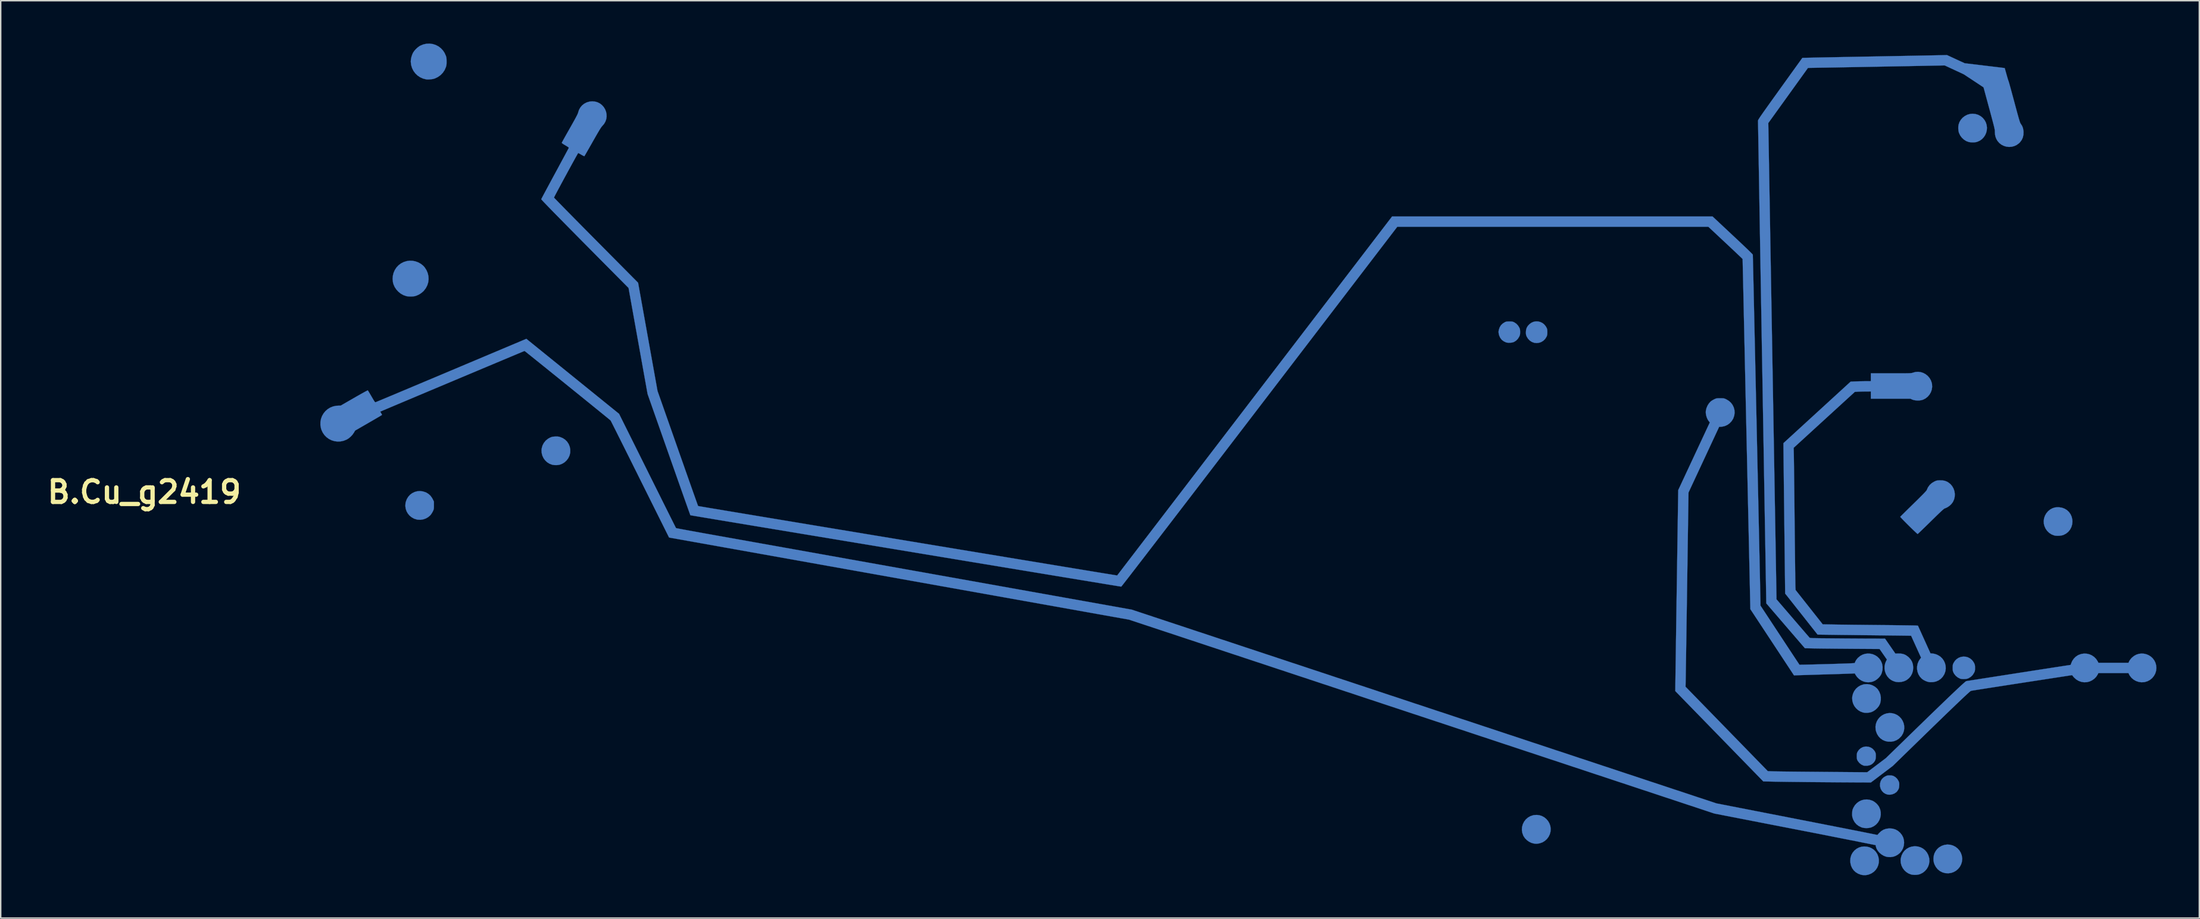
<source format=kicad_pcb>
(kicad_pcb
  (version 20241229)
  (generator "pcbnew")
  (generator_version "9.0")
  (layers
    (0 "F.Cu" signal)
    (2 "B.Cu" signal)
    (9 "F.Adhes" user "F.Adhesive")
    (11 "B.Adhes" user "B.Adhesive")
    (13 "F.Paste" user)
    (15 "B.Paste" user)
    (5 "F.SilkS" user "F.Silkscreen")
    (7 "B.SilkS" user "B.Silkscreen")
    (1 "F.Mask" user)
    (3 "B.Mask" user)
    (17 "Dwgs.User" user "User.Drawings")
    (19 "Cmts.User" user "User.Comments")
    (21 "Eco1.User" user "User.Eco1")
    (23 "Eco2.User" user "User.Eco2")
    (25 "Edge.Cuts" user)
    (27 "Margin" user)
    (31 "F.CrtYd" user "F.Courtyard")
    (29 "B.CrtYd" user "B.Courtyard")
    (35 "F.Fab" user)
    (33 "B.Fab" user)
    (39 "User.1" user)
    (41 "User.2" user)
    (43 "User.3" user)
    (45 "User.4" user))
  (footprint "B.Cu_g2419"
    (layer "F.Cu")
    (at 7.047 31.417)
    (property "Reference" "B.Cu_g2419" (at 0 0 0) (layer "F.SilkS") (effects (font (size 1.524 1.524) (thickness 0.3))))
    (attr through_hole)
    (fp_poly (pts (xy 120.534 24.835) (xy 120.713 24.879) (xy 120.881 24.954) (xy 121.034 25.059) (xy 121.166 25.194) (xy 121.271 25.357) (xy 121.276 25.367) (xy 121.348 25.557) (xy 121.381 25.751) (xy 121.378 25.944) (xy 121.338 26.13) (xy 121.265 26.305) (xy 121.16 26.463) (xy 121.024 26.6) (xy 120.86 26.709) (xy 120.832 26.724) (xy 120.642 26.799) (xy 120.457 26.834) (xy 120.27 26.83) (xy 120.121 26.801) (xy 119.929 26.73) (xy 119.76 26.626) (xy 119.619 26.493) (xy 119.507 26.335) (xy 119.428 26.155) (xy 119.385 25.958) (xy 119.377 25.832) (xy 119.395 25.622) (xy 119.45 25.431) (xy 119.544 25.258) (xy 119.667 25.11) (xy 119.819 24.986) (xy 119.987 24.897) (xy 120.165 24.843) (xy 120.349 24.823) (xy 120.534 24.835)) (stroke (width 0.01) (type solid)) (fill yes) (layer "B.Cu"))
    (fp_poly (pts (xy 122.305 15.489) (xy 122.497 15.538) (xy 122.669 15.62) (xy 122.818 15.731) (xy 122.943 15.864) (xy 123.041 16.017) (xy 123.111 16.184) (xy 123.151 16.36) (xy 123.159 16.542) (xy 123.134 16.723) (xy 123.073 16.901) (xy 122.975 17.069) (xy 122.941 17.112) (xy 122.796 17.26) (xy 122.628 17.373) (xy 122.443 17.448) (xy 122.244 17.485) (xy 122.033 17.483) (xy 122.015 17.481) (xy 121.818 17.437) (xy 121.639 17.356) (xy 121.482 17.243) (xy 121.351 17.101) (xy 121.248 16.933) (xy 121.178 16.742) (xy 121.154 16.63) (xy 121.144 16.433) (xy 121.172 16.245) (xy 121.234 16.069) (xy 121.327 15.909) (xy 121.447 15.768) (xy 121.59 15.651) (xy 121.753 15.561) (xy 121.931 15.502) (xy 122.121 15.477) (xy 122.305 15.489)) (stroke (width 0.01) (type solid)) (fill yes) (layer "B.Cu"))
    (fp_poly (pts (xy 124.115 24.827) (xy 124.304 24.885) (xy 124.475 24.976) (xy 124.624 25.1) (xy 124.746 25.251) (xy 124.839 25.427) (xy 124.898 25.625) (xy 124.907 25.675) (xy 124.917 25.871) (xy 124.888 26.061) (xy 124.823 26.241) (xy 124.726 26.405) (xy 124.599 26.549) (xy 124.448 26.667) (xy 124.274 26.754) (xy 124.174 26.786) (xy 124.029 26.81) (xy 123.869 26.815) (xy 123.714 26.801) (xy 123.637 26.785) (xy 123.455 26.715) (xy 123.293 26.611) (xy 123.154 26.479) (xy 123.043 26.324) (xy 122.961 26.152) (xy 122.913 25.966) (xy 122.902 25.774) (xy 122.914 25.659) (xy 122.968 25.458) (xy 123.056 25.278) (xy 123.174 25.122) (xy 123.319 24.994) (xy 123.487 24.897) (xy 123.674 24.834) (xy 123.876 24.808) (xy 123.91 24.807) (xy 124.115 24.827)) (stroke (width 0.01) (type solid)) (fill yes) (layer "B.Cu"))
    (fp_poly (pts (xy 120.75 13.478) (xy 120.935 13.539) (xy 121.103 13.633) (xy 121.248 13.754) (xy 121.302 13.817) (xy 121.409 13.985) (xy 121.481 14.171) (xy 121.518 14.37) (xy 121.517 14.572) (xy 121.479 14.771) (xy 121.456 14.84) (xy 121.382 14.985) (xy 121.274 15.123) (xy 121.143 15.247) (xy 120.995 15.347) (xy 120.842 15.416) (xy 120.841 15.416) (xy 120.7 15.448) (xy 120.544 15.463) (xy 120.392 15.459) (xy 120.282 15.441) (xy 120.093 15.372) (xy 119.925 15.27) (xy 119.781 15.14) (xy 119.664 14.987) (xy 119.578 14.814) (xy 119.526 14.628) (xy 119.512 14.432) (xy 119.523 14.305) (xy 119.574 14.109) (xy 119.661 13.931) (xy 119.779 13.775) (xy 119.926 13.644) (xy 120.095 13.544) (xy 120.285 13.478) (xy 120.364 13.462) (xy 120.558 13.451) (xy 120.75 13.478)) (stroke (width 0.01) (type solid)) (fill yes) (layer "B.Cu"))
    (fp_poly (pts (xy 133.996 1.064) (xy 134.199 1.097) (xy 134.384 1.166) (xy 134.547 1.267) (xy 134.685 1.398) (xy 134.795 1.554) (xy 134.874 1.732) (xy 134.917 1.928) (xy 134.926 2.064) (xy 134.906 2.27) (xy 134.848 2.462) (xy 134.756 2.635) (xy 134.631 2.786) (xy 134.477 2.91) (xy 134.297 3.004) (xy 134.288 3.007) (xy 134.171 3.039) (xy 134.03 3.059) (xy 133.881 3.064) (xy 133.741 3.055) (xy 133.649 3.037) (xy 133.463 2.964) (xy 133.297 2.856) (xy 133.157 2.719) (xy 133.044 2.556) (xy 132.964 2.372) (xy 132.926 2.213) (xy 132.916 2.017) (xy 132.944 1.826) (xy 133.008 1.646) (xy 133.103 1.481) (xy 133.226 1.336) (xy 133.374 1.216) (xy 133.544 1.127) (xy 133.705 1.078) (xy 133.794 1.067) (xy 133.902 1.062) (xy 133.996 1.064)) (stroke (width 0.01) (type solid)) (fill yes) (layer "B.Cu"))
    (fp_poly (pts (xy 126.364 24.701) (xy 126.364 24.701) (xy 126.559 24.755) (xy 126.736 24.843) (xy 126.89 24.961) (xy 127.019 25.106) (xy 127.117 25.273) (xy 127.183 25.458) (xy 127.211 25.655) (xy 127.212 25.696) (xy 127.192 25.896) (xy 127.135 26.081) (xy 127.046 26.248) (xy 126.928 26.395) (xy 126.785 26.518) (xy 126.622 26.612) (xy 126.443 26.676) (xy 126.251 26.704) (xy 126.051 26.695) (xy 126.026 26.691) (xy 125.83 26.637) (xy 125.653 26.546) (xy 125.5 26.423) (xy 125.374 26.269) (xy 125.277 26.088) (xy 125.232 25.961) (xy 125.204 25.808) (xy 125.202 25.639) (xy 125.223 25.47) (xy 125.267 25.318) (xy 125.282 25.284) (xy 125.363 25.135) (xy 125.456 25.014) (xy 125.57 24.908) (xy 125.607 24.88) (xy 125.778 24.78) (xy 125.967 24.715) (xy 126.164 24.688) (xy 126.364 24.701)) (stroke (width 0.01) (type solid)) (fill yes) (layer "B.Cu"))
    (fp_poly (pts (xy 97.537 -11.951) (xy 97.692 -11.912) (xy 97.838 -11.841) (xy 97.967 -11.738) (xy 98.075 -11.604) (xy 98.12 -11.524) (xy 98.15 -11.459) (xy 98.168 -11.402) (xy 98.177 -11.339) (xy 98.181 -11.256) (xy 98.181 -11.197) (xy 98.179 -11.095) (xy 98.172 -11.022) (xy 98.158 -10.962) (xy 98.134 -10.902) (xy 98.123 -10.878) (xy 98.028 -10.727) (xy 97.906 -10.606) (xy 97.762 -10.515) (xy 97.602 -10.458) (xy 97.433 -10.438) (xy 97.26 -10.457) (xy 97.255 -10.458) (xy 97.098 -10.516) (xy 96.956 -10.61) (xy 96.835 -10.734) (xy 96.743 -10.881) (xy 96.738 -10.89) (xy 96.708 -10.964) (xy 96.69 -11.031) (xy 96.682 -11.108) (xy 96.68 -11.197) (xy 96.694 -11.366) (xy 96.738 -11.511) (xy 96.817 -11.641) (xy 96.926 -11.758) (xy 97.066 -11.861) (xy 97.218 -11.927) (xy 97.377 -11.956) (xy 97.537 -11.951)) (stroke (width 0.01) (type solid)) (fill yes) (layer "B.Cu"))
    (fp_poly (pts (xy 97.632 22.637) (xy 97.811 22.697) (xy 97.973 22.787) (xy 98.115 22.905) (xy 98.235 23.046) (xy 98.327 23.208) (xy 98.389 23.385) (xy 98.416 23.576) (xy 98.405 23.774) (xy 98.354 23.968) (xy 98.268 24.145) (xy 98.151 24.301) (xy 98.007 24.432) (xy 97.841 24.533) (xy 97.656 24.599) (xy 97.578 24.615) (xy 97.481 24.629) (xy 97.405 24.634) (xy 97.33 24.63) (xy 97.236 24.617) (xy 97.221 24.614) (xy 97.055 24.567) (xy 96.892 24.485) (xy 96.742 24.374) (xy 96.613 24.242) (xy 96.515 24.095) (xy 96.499 24.063) (xy 96.429 23.868) (xy 96.399 23.671) (xy 96.409 23.477) (xy 96.411 23.469) (xy 96.465 23.267) (xy 96.554 23.087) (xy 96.674 22.93) (xy 96.823 22.8) (xy 96.995 22.701) (xy 97.188 22.637) (xy 97.243 22.626) (xy 97.442 22.613) (xy 97.632 22.637)) (stroke (width 0.01) (type solid)) (fill yes) (layer "B.Cu"))
    (fp_poly (pts (xy 128.14 -26.481) (xy 128.334 -26.422) (xy 128.511 -26.325) (xy 128.653 -26.206) (xy 128.778 -26.053) (xy 128.868 -25.887) (xy 128.922 -25.71) (xy 128.944 -25.529) (xy 128.933 -25.349) (xy 128.892 -25.173) (xy 128.821 -25.007) (xy 128.722 -24.856) (xy 128.597 -24.724) (xy 128.447 -24.616) (xy 128.272 -24.538) (xy 128.179 -24.511) (xy 128.073 -24.497) (xy 127.945 -24.493) (xy 127.812 -24.499) (xy 127.694 -24.515) (xy 127.657 -24.524) (xy 127.485 -24.591) (xy 127.325 -24.694) (xy 127.185 -24.826) (xy 127.071 -24.981) (xy 126.989 -25.154) (xy 126.977 -25.19) (xy 126.95 -25.313) (xy 126.938 -25.457) (xy 126.94 -25.603) (xy 126.958 -25.732) (xy 126.959 -25.736) (xy 127.022 -25.919) (xy 127.12 -26.083) (xy 127.248 -26.226) (xy 127.4 -26.343) (xy 127.572 -26.431) (xy 127.759 -26.484) (xy 127.932 -26.5) (xy 128.14 -26.481)) (stroke (width 0.01) (type solid)) (fill yes) (layer "B.Cu"))
    (fp_poly (pts (xy 122.14 19.845) (xy 122.254 19.85) (xy 122.342 19.866) (xy 122.411 19.891) (xy 122.547 19.974) (xy 122.663 20.089) (xy 122.75 20.226) (xy 122.756 20.238) (xy 122.785 20.308) (xy 122.801 20.366) (xy 122.808 20.43) (xy 122.807 20.514) (xy 122.805 20.55) (xy 122.798 20.652) (xy 122.785 20.727) (xy 122.762 20.792) (xy 122.735 20.845) (xy 122.687 20.921) (xy 122.631 20.991) (xy 122.599 21.023) (xy 122.473 21.109) (xy 122.325 21.168) (xy 122.17 21.197) (xy 122.018 21.193) (xy 121.991 21.188) (xy 121.838 21.135) (xy 121.704 21.049) (xy 121.595 20.934) (xy 121.514 20.796) (xy 121.468 20.64) (xy 121.459 20.572) (xy 121.466 20.399) (xy 121.51 20.242) (xy 121.591 20.105) (xy 121.707 19.991) (xy 121.823 19.918) (xy 121.903 19.88) (xy 121.966 19.857) (xy 122.032 19.847) (xy 122.117 19.845) (xy 122.14 19.845)) (stroke (width 0.01) (type solid)) (fill yes) (layer "B.Cu"))
    (fp_poly (pts (xy 18.762 -16.201) (xy 18.973 -16.16) (xy 19.175 -16.086) (xy 19.361 -15.981) (xy 19.523 -15.848) (xy 19.619 -15.741) (xy 19.745 -15.545) (xy 19.833 -15.338) (xy 19.883 -15.123) (xy 19.895 -14.907) (xy 19.869 -14.692) (xy 19.805 -14.485) (xy 19.704 -14.288) (xy 19.566 -14.106) (xy 19.524 -14.062) (xy 19.375 -13.935) (xy 19.205 -13.829) (xy 19.026 -13.751) (xy 18.906 -13.718) (xy 18.792 -13.703) (xy 18.657 -13.697) (xy 18.517 -13.701) (xy 18.392 -13.714) (xy 18.335 -13.726) (xy 18.137 -13.794) (xy 17.952 -13.897) (xy 17.784 -14.03) (xy 17.639 -14.188) (xy 17.522 -14.364) (xy 17.438 -14.554) (xy 17.4 -14.699) (xy 17.378 -14.931) (xy 17.395 -15.154) (xy 17.448 -15.365) (xy 17.534 -15.56) (xy 17.651 -15.737) (xy 17.796 -15.89) (xy 17.967 -16.018) (xy 18.16 -16.116) (xy 18.372 -16.18) (xy 18.549 -16.205) (xy 18.762 -16.201)) (stroke (width 0.01) (type solid)) (fill yes) (layer "B.Cu"))
    (fp_poly (pts (xy 28.943 -3.889) (xy 29.021 -3.876) (xy 29.099 -3.855) (xy 29.287 -3.777) (xy 29.451 -3.667) (xy 29.587 -3.53) (xy 29.694 -3.369) (xy 29.768 -3.189) (xy 29.807 -2.994) (xy 29.807 -2.79) (xy 29.802 -2.741) (xy 29.755 -2.554) (xy 29.672 -2.38) (xy 29.557 -2.224) (xy 29.416 -2.091) (xy 29.252 -1.988) (xy 29.072 -1.919) (xy 29.024 -1.907) (xy 28.868 -1.888) (xy 28.703 -1.89) (xy 28.551 -1.913) (xy 28.535 -1.917) (xy 28.351 -1.988) (xy 28.187 -2.092) (xy 28.048 -2.224) (xy 27.937 -2.379) (xy 27.855 -2.553) (xy 27.808 -2.74) (xy 27.797 -2.936) (xy 27.811 -3.067) (xy 27.867 -3.265) (xy 27.96 -3.443) (xy 28.086 -3.599) (xy 28.242 -3.728) (xy 28.375 -3.803) (xy 28.459 -3.841) (xy 28.528 -3.865) (xy 28.6 -3.879) (xy 28.691 -3.887) (xy 28.744 -3.89) (xy 28.856 -3.893) (xy 28.943 -3.889)) (stroke (width 0.01) (type solid)) (fill yes) (layer "B.Cu"))
    (fp_poly (pts (xy 19.487 -0.048) (xy 19.682 0.013) (xy 19.723 0.031) (xy 19.891 0.133) (xy 20.032 0.264) (xy 20.148 0.429) (xy 20.184 0.497) (xy 20.267 0.665) (xy 20.267 0.93) (xy 20.267 1.041) (xy 20.264 1.122) (xy 20.257 1.182) (xy 20.244 1.233) (xy 20.223 1.287) (xy 20.191 1.354) (xy 20.191 1.355) (xy 20.14 1.448) (xy 20.08 1.541) (xy 20.021 1.616) (xy 20.019 1.619) (xy 19.874 1.748) (xy 19.705 1.847) (xy 19.52 1.912) (xy 19.327 1.942) (xy 19.133 1.934) (xy 19.082 1.925) (xy 18.888 1.866) (xy 18.716 1.773) (xy 18.567 1.651) (xy 18.445 1.506) (xy 18.352 1.341) (xy 18.292 1.161) (xy 18.267 0.97) (xy 18.281 0.774) (xy 18.299 0.689) (xy 18.37 0.497) (xy 18.471 0.329) (xy 18.6 0.187) (xy 18.751 0.075) (xy 18.92 -0.007) (xy 19.102 -0.057) (xy 19.292 -0.071) (xy 19.487 -0.048)) (stroke (width 0.01) (type solid)) (fill yes) (layer "B.Cu"))
    (fp_poly (pts (xy 120.669 17.843) (xy 120.823 17.901) (xy 120.958 17.994) (xy 121.068 18.119) (xy 121.111 18.19) (xy 121.139 18.248) (xy 121.156 18.301) (xy 121.165 18.363) (xy 121.168 18.448) (xy 121.168 18.5) (xy 121.162 18.637) (xy 121.139 18.747) (xy 121.096 18.842) (xy 121.026 18.934) (xy 120.992 18.972) (xy 120.877 19.07) (xy 120.748 19.133) (xy 120.598 19.165) (xy 120.534 19.169) (xy 120.446 19.17) (xy 120.369 19.167) (xy 120.317 19.16) (xy 120.311 19.158) (xy 120.154 19.085) (xy 120.019 18.978) (xy 119.911 18.842) (xy 119.885 18.796) (xy 119.86 18.742) (xy 119.845 18.688) (xy 119.838 18.619) (xy 119.835 18.524) (xy 119.835 18.5) (xy 119.837 18.4) (xy 119.843 18.328) (xy 119.855 18.273) (xy 119.878 18.219) (xy 119.892 18.19) (xy 119.988 18.051) (xy 120.112 17.942) (xy 120.257 17.866) (xy 120.419 17.827) (xy 120.502 17.822) (xy 120.669 17.843)) (stroke (width 0.01) (type solid)) (fill yes) (layer "B.Cu"))
    (fp_poly (pts (xy 120.736 21.555) (xy 120.928 21.618) (xy 120.965 21.635) (xy 121.089 21.712) (xy 121.212 21.816) (xy 121.319 21.934) (xy 121.395 22.047) (xy 121.473 22.232) (xy 121.511 22.422) (xy 121.514 22.612) (xy 121.481 22.798) (xy 121.416 22.973) (xy 121.321 23.134) (xy 121.197 23.276) (xy 121.046 23.392) (xy 120.871 23.479) (xy 120.817 23.497) (xy 120.671 23.528) (xy 120.508 23.538) (xy 120.345 23.527) (xy 120.199 23.496) (xy 120.168 23.486) (xy 119.977 23.394) (xy 119.816 23.273) (xy 119.686 23.124) (xy 119.588 22.947) (xy 119.546 22.831) (xy 119.524 22.748) (xy 119.512 22.67) (xy 119.508 22.581) (xy 119.512 22.479) (xy 119.518 22.374) (xy 119.529 22.295) (xy 119.548 22.227) (xy 119.579 22.151) (xy 119.598 22.109) (xy 119.703 21.935) (xy 119.836 21.79) (xy 119.991 21.675) (xy 120.163 21.592) (xy 120.348 21.543) (xy 120.541 21.53) (xy 120.736 21.555)) (stroke (width 0.01) (type solid)) (fill yes) (layer "B.Cu"))
    (fp_poly (pts (xy 95.629 -11.948) (xy 95.703 -11.943) (xy 95.759 -11.933) (xy 95.811 -11.915) (xy 95.87 -11.886) (xy 96.013 -11.791) (xy 96.133 -11.663) (xy 96.22 -11.518) (xy 96.249 -11.45) (xy 96.266 -11.388) (xy 96.274 -11.314) (xy 96.277 -11.215) (xy 96.277 -11.207) (xy 96.275 -11.11) (xy 96.268 -11.039) (xy 96.253 -10.979) (xy 96.226 -10.914) (xy 96.207 -10.875) (xy 96.117 -10.733) (xy 96.001 -10.614) (xy 95.868 -10.526) (xy 95.809 -10.5) (xy 95.705 -10.473) (xy 95.581 -10.459) (xy 95.455 -10.458) (xy 95.342 -10.472) (xy 95.289 -10.486) (xy 95.122 -10.566) (xy 94.985 -10.674) (xy 94.881 -10.81) (xy 94.809 -10.973) (xy 94.779 -11.099) (xy 94.767 -11.187) (xy 94.769 -11.263) (xy 94.784 -11.349) (xy 94.791 -11.378) (xy 94.85 -11.547) (xy 94.937 -11.688) (xy 95.057 -11.804) (xy 95.195 -11.892) (xy 95.249 -11.918) (xy 95.298 -11.934) (xy 95.355 -11.944) (xy 95.432 -11.948) (xy 95.525 -11.949) (xy 95.629 -11.948)) (stroke (width 0.01) (type solid)) (fill yes) (layer "B.Cu"))
    (fp_poly (pts (xy 127.439 11.53) (xy 127.599 11.57) (xy 127.751 11.646) (xy 127.889 11.757) (xy 127.893 11.762) (xy 127.958 11.84) (xy 128.02 11.932) (xy 128.052 11.991) (xy 128.081 12.059) (xy 128.098 12.12) (xy 128.108 12.188) (xy 128.111 12.279) (xy 128.111 12.319) (xy 128.11 12.418) (xy 128.104 12.49) (xy 128.091 12.548) (xy 128.067 12.609) (xy 128.042 12.661) (xy 127.943 12.815) (xy 127.813 12.942) (xy 127.66 13.035) (xy 127.586 13.065) (xy 127.513 13.084) (xy 127.425 13.093) (xy 127.349 13.097) (xy 127.223 13.096) (xy 127.126 13.085) (xy 127.081 13.074) (xy 126.909 12.989) (xy 126.764 12.873) (xy 126.649 12.729) (xy 126.601 12.639) (xy 126.574 12.577) (xy 126.558 12.52) (xy 126.549 12.454) (xy 126.546 12.367) (xy 126.546 12.308) (xy 126.547 12.205) (xy 126.553 12.131) (xy 126.565 12.072) (xy 126.587 12.015) (xy 126.605 11.975) (xy 126.7 11.824) (xy 126.82 11.702) (xy 126.96 11.611) (xy 127.113 11.551) (xy 127.275 11.524) (xy 127.439 11.53)) (stroke (width 0.01) (type solid)) (fill yes) (layer "B.Cu"))
    (fp_poly (pts (xy 20.183 -31.383) (xy 20.392 -31.318) (xy 20.588 -31.216) (xy 20.761 -31.081) (xy 20.899 -30.933) (xy 21.008 -30.769) (xy 21.096 -30.577) (xy 21.099 -30.57) (xy 21.123 -30.5) (xy 21.139 -30.435) (xy 21.148 -30.362) (xy 21.153 -30.269) (xy 21.154 -30.173) (xy 21.154 -30.053) (xy 21.149 -29.961) (xy 21.138 -29.886) (xy 21.12 -29.812) (xy 21.105 -29.764) (xy 21.016 -29.558) (xy 20.892 -29.373) (xy 20.738 -29.212) (xy 20.557 -29.08) (xy 20.355 -28.98) (xy 20.257 -28.947) (xy 20.169 -28.928) (xy 20.058 -28.913) (xy 19.94 -28.903) (xy 19.83 -28.9) (xy 19.744 -28.905) (xy 19.738 -28.906) (xy 19.515 -28.961) (xy 19.31 -29.051) (xy 19.127 -29.173) (xy 18.969 -29.324) (xy 18.838 -29.499) (xy 18.74 -29.695) (xy 18.675 -29.908) (xy 18.648 -30.134) (xy 18.648 -30.174) (xy 18.66 -30.318) (xy 18.694 -30.479) (xy 18.745 -30.637) (xy 18.801 -30.762) (xy 18.883 -30.888) (xy 18.994 -31.016) (xy 19.12 -31.134) (xy 19.252 -31.232) (xy 19.317 -31.269) (xy 19.527 -31.355) (xy 19.745 -31.403) (xy 19.966 -31.412) (xy 20.183 -31.383)) (stroke (width 0.01) (type solid)) (fill yes) (layer "B.Cu"))
    (fp_poly (pts (xy 125.828 -0.818) (xy 125.987 -0.791) (xy 126.131 -0.737) (xy 126.238 -0.677) (xy 126.392 -0.555) (xy 126.515 -0.408) (xy 126.608 -0.24) (xy 126.669 -0.059) (xy 126.696 0.13) (xy 126.688 0.322) (xy 126.645 0.51) (xy 126.564 0.689) (xy 126.545 0.719) (xy 126.45 0.842) (xy 126.33 0.956) (xy 126.195 1.051) (xy 126.059 1.12) (xy 126 1.139) (xy 125.977 1.149) (xy 125.947 1.169) (xy 125.905 1.201) (xy 125.85 1.248) (xy 125.779 1.311) (xy 125.691 1.393) (xy 125.583 1.496) (xy 125.453 1.621) (xy 125.299 1.772) (xy 125.118 1.949) (xy 125.019 2.046) (xy 124.857 2.206) (xy 124.703 2.356) (xy 124.56 2.495) (xy 124.432 2.619) (xy 124.32 2.727) (xy 124.227 2.815) (xy 124.157 2.881) (xy 124.111 2.922) (xy 124.093 2.937) (xy 124.073 2.923) (xy 124.027 2.883) (xy 123.957 2.819) (xy 123.867 2.735) (xy 123.761 2.633) (xy 123.642 2.517) (xy 123.513 2.39) (xy 123.469 2.347) (xy 123.339 2.217) (xy 123.218 2.095) (xy 123.111 1.986) (xy 123.02 1.892) (xy 122.949 1.817) (xy 122.9 1.764) (xy 122.878 1.737) (xy 122.877 1.734) (xy 122.893 1.716) (xy 122.936 1.671) (xy 123.005 1.602) (xy 123.096 1.512) (xy 123.206 1.402) (xy 123.334 1.276) (xy 123.476 1.136) (xy 123.63 0.985) (xy 123.793 0.825) (xy 124.011 0.612) (xy 124.199 0.426) (xy 124.357 0.268) (xy 124.486 0.137) (xy 124.587 0.032) (xy 124.66 -0.047) (xy 124.706 -0.102) (xy 124.727 -0.133) (xy 124.727 -0.134) (xy 124.815 -0.327) (xy 124.933 -0.492) (xy 125.083 -0.629) (xy 125.253 -0.732) (xy 125.332 -0.769) (xy 125.394 -0.794) (xy 125.455 -0.809) (xy 125.528 -0.817) (xy 125.627 -0.822) (xy 125.644 -0.822) (xy 125.828 -0.818)) (stroke (width 0.01) (type solid)) (fill yes) (layer "B.Cu"))
    (fp_poly (pts (xy 124.321 -8.399) (xy 124.497 -8.34) (xy 124.659 -8.25) (xy 124.804 -8.132) (xy 124.926 -7.989) (xy 125.021 -7.824) (xy 125.085 -7.638) (xy 125.1 -7.558) (xy 125.11 -7.364) (xy 125.082 -7.174) (xy 125.019 -6.994) (xy 124.924 -6.829) (xy 124.801 -6.684) (xy 124.654 -6.565) (xy 124.485 -6.477) (xy 124.389 -6.445) (xy 124.245 -6.419) (xy 124.088 -6.413) (xy 123.932 -6.425) (xy 123.79 -6.454) (xy 123.711 -6.483) (xy 123.587 -6.54) (xy 120.819 -6.54) (xy 120.819 -7.048) (xy 120.454 -7.046) (xy 120.316 -7.044) (xy 120.175 -7.041) (xy 120.044 -7.037) (xy 119.937 -7.033) (xy 119.893 -7.03) (xy 119.698 -7.017) (xy 117.558 -5.059) (xy 115.419 -3.101) (xy 115.431 -2.561) (xy 115.432 -2.485) (xy 115.434 -2.37) (xy 115.436 -2.216) (xy 115.439 -2.028) (xy 115.442 -1.806) (xy 115.445 -1.554) (xy 115.448 -1.274) (xy 115.452 -0.968) (xy 115.456 -0.638) (xy 115.46 -0.288) (xy 115.464 0.081) (xy 115.468 0.467) (xy 115.472 0.866) (xy 115.477 1.278) (xy 115.481 1.698) (xy 115.485 2.125) (xy 115.486 2.201) (xy 115.491 2.624) (xy 115.495 3.038) (xy 115.499 3.44) (xy 115.504 3.828) (xy 115.508 4.2) (xy 115.512 4.555) (xy 115.516 4.889) (xy 115.52 5.2) (xy 115.523 5.488) (xy 115.527 5.748) (xy 115.53 5.98) (xy 115.533 6.181) (xy 115.535 6.349) (xy 115.537 6.482) (xy 115.539 6.577) (xy 115.541 6.633) (xy 115.541 6.642) (xy 115.553 6.86) (xy 117.452 9.265) (xy 118.252 9.278) (xy 118.384 9.28) (xy 118.554 9.283) (xy 118.758 9.285) (xy 118.993 9.288) (xy 119.254 9.291) (xy 119.538 9.295) (xy 119.839 9.298) (xy 120.155 9.301) (xy 120.481 9.305) (xy 120.814 9.308) (xy 121.148 9.311) (xy 121.433 9.314) (xy 121.75 9.317) (xy 122.058 9.32) (xy 122.353 9.323) (xy 122.632 9.327) (xy 122.893 9.33) (xy 123.132 9.333) (xy 123.348 9.336) (xy 123.536 9.338) (xy 123.694 9.341) (xy 123.819 9.343) (xy 123.908 9.345) (xy 123.959 9.347) (xy 123.965 9.347) (xy 124.115 9.359) (xy 124.555 10.331) (xy 124.995 11.303) (xy 125.063 11.303) (xy 125.216 11.319) (xy 125.38 11.364) (xy 125.509 11.419) (xy 125.677 11.523) (xy 125.817 11.656) (xy 125.927 11.811) (xy 126.006 11.984) (xy 126.052 12.168) (xy 126.062 12.359) (xy 126.036 12.55) (xy 125.971 12.737) (xy 125.963 12.755) (xy 125.855 12.93) (xy 125.719 13.076) (xy 125.56 13.189) (xy 125.379 13.268) (xy 125.182 13.311) (xy 124.971 13.317) (xy 124.907 13.311) (xy 124.778 13.282) (xy 124.637 13.229) (xy 124.502 13.158) (xy 124.389 13.078) (xy 124.383 13.073) (xy 124.251 12.932) (xy 124.152 12.768) (xy 124.086 12.59) (xy 124.053 12.401) (xy 124.056 12.21) (xy 124.093 12.021) (xy 124.165 11.842) (xy 124.256 11.7) (xy 124.333 11.599) (xy 123.985 10.832) (xy 123.637 10.065) (xy 123.429 10.06) (xy 123.378 10.059) (xy 123.287 10.058) (xy 123.161 10.056) (xy 123.003 10.054) (xy 122.815 10.052) (xy 122.603 10.049) (xy 122.368 10.047) (xy 122.115 10.044) (xy 121.846 10.041) (xy 121.565 10.037) (xy 121.276 10.034) (xy 121.264 10.034) (xy 120.947 10.03) (xy 120.62 10.027) (xy 120.287 10.023) (xy 119.955 10.019) (xy 119.628 10.015) (xy 119.313 10.011) (xy 119.015 10.008) (xy 118.741 10.005) (xy 118.494 10.002) (xy 118.282 9.999) (xy 118.199 9.998) (xy 117.093 9.984) (xy 116.031 8.638) (xy 115.865 8.427) (xy 115.704 8.224) (xy 115.552 8.032) (xy 115.411 7.852) (xy 115.282 7.689) (xy 115.168 7.545) (xy 115.071 7.422) (xy 114.993 7.323) (xy 114.936 7.251) (xy 114.902 7.209) (xy 114.896 7.201) (xy 114.823 7.11) (xy 114.763 2.058) (xy 114.758 1.595) (xy 114.753 1.142) (xy 114.747 0.701) (xy 114.742 0.273) (xy 114.738 -0.139) (xy 114.733 -0.534) (xy 114.729 -0.91) (xy 114.725 -1.264) (xy 114.721 -1.596) (xy 114.717 -1.902) (xy 114.714 -2.181) (xy 114.711 -2.431) (xy 114.709 -2.65) (xy 114.707 -2.836) (xy 114.705 -2.988) (xy 114.704 -3.102) (xy 114.703 -3.178) (xy 114.703 -3.211) (xy 114.702 -3.427) (xy 117.054 -5.582) (xy 119.405 -7.736) (xy 119.726 -7.749) (xy 119.863 -7.754) (xy 120.025 -7.759) (xy 120.197 -7.762) (xy 120.361 -7.765) (xy 120.433 -7.765) (xy 120.819 -7.768) (xy 120.819 -8.319) (xy 122.232 -8.318) (xy 122.511 -8.318) (xy 122.752 -8.318) (xy 122.956 -8.319) (xy 123.128 -8.319) (xy 123.27 -8.32) (xy 123.386 -8.322) (xy 123.48 -8.324) (xy 123.553 -8.327) (xy 123.611 -8.331) (xy 123.655 -8.335) (xy 123.689 -8.341) (xy 123.717 -8.347) (xy 123.741 -8.355) (xy 123.761 -8.362) (xy 123.948 -8.413) (xy 124.136 -8.424) (xy 124.321 -8.399)) (stroke (width 0.01) (type solid)) (fill yes) (layer "B.Cu"))
    (fp_poly (pts (xy 110.389 -6.572) (xy 110.469 -6.569) (xy 110.529 -6.562) (xy 110.581 -6.549) (xy 110.636 -6.527) (xy 110.705 -6.495) (xy 110.709 -6.493) (xy 110.884 -6.387) (xy 111.03 -6.255) (xy 111.145 -6.1) (xy 111.227 -5.927) (xy 111.275 -5.743) (xy 111.287 -5.551) (xy 111.261 -5.357) (xy 111.195 -5.165) (xy 111.177 -5.126) (xy 111.069 -4.958) (xy 110.932 -4.815) (xy 110.772 -4.702) (xy 110.593 -4.622) (xy 110.401 -4.579) (xy 110.299 -4.572) (xy 110.204 -4.571) (xy 109.132 -2.269) (xy 108.06 0.032) (xy 107.963 6.54) (xy 107.955 7.066) (xy 107.948 7.582) (xy 107.94 8.088) (xy 107.933 8.58) (xy 107.925 9.059) (xy 107.918 9.521) (xy 107.912 9.965) (xy 107.905 10.389) (xy 107.899 10.793) (xy 107.893 11.173) (xy 107.888 11.528) (xy 107.883 11.857) (xy 107.878 12.158) (xy 107.874 12.429) (xy 107.87 12.669) (xy 107.867 12.875) (xy 107.864 13.046) (xy 107.862 13.181) (xy 107.86 13.277) (xy 107.859 13.333) (xy 107.859 13.341) (xy 107.852 13.633) (xy 110.73 16.59) (xy 113.608 19.547) (xy 113.97 19.561) (xy 114.033 19.563) (xy 114.137 19.565) (xy 114.277 19.568) (xy 114.451 19.57) (xy 114.657 19.573) (xy 114.892 19.576) (xy 115.152 19.579) (xy 115.436 19.582) (xy 115.741 19.585) (xy 116.064 19.588) (xy 116.402 19.591) (xy 116.752 19.594) (xy 117.112 19.597) (xy 117.448 19.6) (xy 120.563 19.625) (xy 121.871 18.636) (xy 124.155 16.412) (xy 124.569 16.01) (xy 124.953 15.636) (xy 125.309 15.292) (xy 125.636 14.976) (xy 125.934 14.688) (xy 126.206 14.427) (xy 126.449 14.194) (xy 126.667 13.988) (xy 126.857 13.808) (xy 127.023 13.653) (xy 127.162 13.524) (xy 127.277 13.42) (xy 127.368 13.34) (xy 127.435 13.285) (xy 127.478 13.253) (xy 127.493 13.244) (xy 127.517 13.24) (xy 127.58 13.23) (xy 127.679 13.214) (xy 127.812 13.192) (xy 127.977 13.166) (xy 128.171 13.136) (xy 128.391 13.101) (xy 128.634 13.063) (xy 128.899 13.022) (xy 129.182 12.977) (xy 129.481 12.931) (xy 129.792 12.882) (xy 130.115 12.832) (xy 130.446 12.78) (xy 130.782 12.728) (xy 131.12 12.675) (xy 131.459 12.622) (xy 131.796 12.57) (xy 132.128 12.518) (xy 132.452 12.468) (xy 132.765 12.419) (xy 133.066 12.373) (xy 133.352 12.329) (xy 133.619 12.287) (xy 133.866 12.249) (xy 134.09 12.215) (xy 134.288 12.184) (xy 134.457 12.158) (xy 134.596 12.137) (xy 134.7 12.122) (xy 134.769 12.111) (xy 134.799 12.107) (xy 134.8 12.107) (xy 134.808 12.089) (xy 134.823 12.043) (xy 134.831 12.017) (xy 134.905 11.839) (xy 135.014 11.677) (xy 135.15 11.538) (xy 135.309 11.43) (xy 135.347 11.411) (xy 135.537 11.342) (xy 135.732 11.312) (xy 135.925 11.32) (xy 136.113 11.363) (xy 136.288 11.441) (xy 136.447 11.551) (xy 136.584 11.691) (xy 136.678 11.832) (xy 136.747 11.959) (xy 137.797 11.959) (xy 138.846 11.959) (xy 138.897 11.848) (xy 138.939 11.776) (xy 139.002 11.693) (xy 139.073 11.613) (xy 139.078 11.607) (xy 139.233 11.479) (xy 139.399 11.387) (xy 139.574 11.332) (xy 139.751 11.31) (xy 139.928 11.32) (xy 140.1 11.36) (xy 140.263 11.428) (xy 140.412 11.523) (xy 140.542 11.643) (xy 140.651 11.786) (xy 140.733 11.95) (xy 140.784 12.134) (xy 140.8 12.322) (xy 140.78 12.522) (xy 140.722 12.709) (xy 140.629 12.879) (xy 140.507 13.029) (xy 140.358 13.152) (xy 140.186 13.246) (xy 139.995 13.305) (xy 139.942 13.315) (xy 139.748 13.324) (xy 139.556 13.295) (xy 139.374 13.232) (xy 139.206 13.137) (xy 139.061 13.014) (xy 138.943 12.866) (xy 138.906 12.801) (xy 138.843 12.679) (xy 137.792 12.679) (xy 136.742 12.679) (xy 136.683 12.795) (xy 136.585 12.944) (xy 136.455 13.076) (xy 136.299 13.185) (xy 136.127 13.267) (xy 135.946 13.314) (xy 135.942 13.315) (xy 135.741 13.324) (xy 135.545 13.293) (xy 135.358 13.225) (xy 135.185 13.121) (xy 135.033 12.984) (xy 134.957 12.893) (xy 134.904 12.822) (xy 131.381 13.365) (xy 131 13.424) (xy 130.63 13.481) (xy 130.273 13.537) (xy 129.931 13.59) (xy 129.608 13.64) (xy 129.304 13.687) (xy 129.022 13.731) (xy 128.764 13.772) (xy 128.533 13.808) (xy 128.33 13.84) (xy 128.158 13.868) (xy 128.019 13.89) (xy 127.915 13.907) (xy 127.849 13.918) (xy 127.822 13.923) (xy 127.822 13.923) (xy 127.79 13.945) (xy 127.73 13.995) (xy 127.641 14.074) (xy 127.522 14.182) (xy 127.375 14.319) (xy 127.198 14.486) (xy 126.993 14.681) (xy 126.757 14.906) (xy 126.493 15.16) (xy 126.198 15.443) (xy 125.874 15.756) (xy 125.521 16.099) (xy 125.137 16.471) (xy 124.724 16.873) (xy 124.576 17.017) (xy 122.354 19.182) (xy 121.588 19.762) (xy 120.822 20.341) (xy 119.842 20.338) (xy 119.672 20.337) (xy 119.465 20.336) (xy 119.225 20.334) (xy 118.959 20.333) (xy 118.67 20.331) (xy 118.364 20.329) (xy 118.046 20.326) (xy 117.72 20.324) (xy 117.393 20.321) (xy 117.068 20.319) (xy 116.808 20.316) (xy 116.497 20.314) (xy 116.185 20.311) (xy 115.875 20.307) (xy 115.572 20.304) (xy 115.281 20.301) (xy 115.005 20.298) (xy 114.75 20.294) (xy 114.52 20.291) (xy 114.319 20.288) (xy 114.151 20.285) (xy 114.024 20.283) (xy 113.293 20.267) (xy 107.135 13.94) (xy 107.14 13.442) (xy 107.141 13.38) (xy 107.142 13.278) (xy 107.144 13.138) (xy 107.147 12.96) (xy 107.15 12.747) (xy 107.153 12.5) (xy 107.157 12.222) (xy 107.162 11.914) (xy 107.167 11.578) (xy 107.172 11.216) (xy 107.178 10.829) (xy 107.183 10.419) (xy 107.19 9.989) (xy 107.196 9.539) (xy 107.203 9.072) (xy 107.21 8.589) (xy 107.218 8.092) (xy 107.225 7.583) (xy 107.233 7.064) (xy 107.241 6.537) (xy 107.243 6.403) (xy 107.34 -0.138) (xy 109.552 -4.879) (xy 109.489 -4.952) (xy 109.407 -5.072) (xy 109.34 -5.22) (xy 109.292 -5.382) (xy 109.268 -5.543) (xy 109.271 -5.681) (xy 109.313 -5.87) (xy 109.386 -6.049) (xy 109.487 -6.21) (xy 109.609 -6.342) (xy 109.638 -6.367) (xy 109.702 -6.411) (xy 109.787 -6.461) (xy 109.869 -6.504) (xy 109.932 -6.532) (xy 109.983 -6.552) (xy 110.035 -6.563) (xy 110.099 -6.57) (xy 110.184 -6.572) (xy 110.278 -6.572) (xy 110.389 -6.572)) (stroke (width 0.01) (type solid)) (fill yes) (layer "B.Cu"))
    (fp_poly (pts (xy 126.766 -30.323) (xy 127.384 -30.037) (xy 128.721 -29.877) (xy 128.956 -29.849) (xy 129.18 -29.822) (xy 129.389 -29.797) (xy 129.58 -29.774) (xy 129.748 -29.754) (xy 129.889 -29.737) (xy 130.001 -29.723) (xy 130.079 -29.713) (xy 130.12 -29.708) (xy 130.123 -29.707) (xy 130.188 -29.696) (xy 130.311 -29.257) (xy 130.348 -29.127) (xy 130.382 -29.01) (xy 130.411 -28.912) (xy 130.434 -28.84) (xy 130.449 -28.801) (xy 130.451 -28.796) (xy 130.46 -28.772) (xy 130.478 -28.711) (xy 130.506 -28.616) (xy 130.541 -28.489) (xy 130.584 -28.335) (xy 130.633 -28.157) (xy 130.687 -27.957) (xy 130.746 -27.74) (xy 130.809 -27.509) (xy 130.858 -27.325) (xy 130.933 -27.045) (xy 130.998 -26.804) (xy 131.054 -26.597) (xy 131.102 -26.422) (xy 131.143 -26.276) (xy 131.177 -26.156) (xy 131.206 -26.059) (xy 131.23 -25.981) (xy 131.25 -25.921) (xy 131.268 -25.875) (xy 131.284 -25.839) (xy 131.299 -25.811) (xy 131.314 -25.789) (xy 131.323 -25.776) (xy 131.409 -25.639) (xy 131.467 -25.487) (xy 131.498 -25.311) (xy 131.504 -25.234) (xy 131.497 -25.022) (xy 131.453 -24.83) (xy 131.372 -24.656) (xy 131.252 -24.499) (xy 131.186 -24.433) (xy 131.029 -24.316) (xy 130.857 -24.235) (xy 130.676 -24.188) (xy 130.49 -24.175) (xy 130.306 -24.195) (xy 130.129 -24.247) (xy 129.963 -24.33) (xy 129.815 -24.443) (xy 129.69 -24.585) (xy 129.607 -24.723) (xy 129.544 -24.88) (xy 129.509 -25.043) (xy 129.498 -25.226) (xy 129.498 -25.252) (xy 129.498 -25.285) (xy 129.496 -25.322) (xy 129.49 -25.365) (xy 129.482 -25.418) (xy 129.468 -25.484) (xy 129.45 -25.565) (xy 129.426 -25.664) (xy 129.395 -25.786) (xy 129.357 -25.933) (xy 129.311 -26.107) (xy 129.256 -26.313) (xy 129.192 -26.553) (xy 129.117 -26.83) (xy 129.103 -26.88) (xy 128.705 -28.35) (xy 128.017 -28.805) (xy 127.328 -29.26) (xy 126.657 -29.573) (xy 125.986 -29.885) (xy 124.964 -29.865) (xy 124.748 -29.861) (xy 124.5 -29.856) (xy 124.222 -29.851) (xy 123.918 -29.845) (xy 123.59 -29.839) (xy 123.243 -29.832) (xy 122.879 -29.826) (xy 122.501 -29.819) (xy 122.114 -29.812) (xy 121.72 -29.804) (xy 121.322 -29.797) (xy 120.924 -29.79) (xy 120.529 -29.783) (xy 120.141 -29.776) (xy 119.762 -29.769) (xy 119.395 -29.762) (xy 119.045 -29.756) (xy 118.714 -29.75) (xy 118.406 -29.744) (xy 118.123 -29.739) (xy 117.87 -29.735) (xy 117.649 -29.731) (xy 117.464 -29.728) (xy 117.318 -29.726) (xy 117.313 -29.726) (xy 116.42 -29.711) (xy 115.032 -27.779) (xy 113.643 -25.848) (xy 113.929 -9.291) (xy 113.944 -8.454) (xy 113.958 -7.628) (xy 113.972 -6.812) (xy 113.986 -6.009) (xy 114 -5.219) (xy 114.013 -4.444) (xy 114.026 -3.683) (xy 114.039 -2.939) (xy 114.051 -2.212) (xy 114.064 -1.504) (xy 114.075 -0.814) (xy 114.087 -0.146) (xy 114.098 0.502) (xy 114.109 1.127) (xy 114.119 1.728) (xy 114.129 2.306) (xy 114.139 2.857) (xy 114.148 3.382) (xy 114.156 3.88) (xy 114.164 4.349) (xy 114.172 4.789) (xy 114.179 5.198) (xy 114.185 5.575) (xy 114.191 5.92) (xy 114.196 6.231) (xy 114.201 6.507) (xy 114.205 6.748) (xy 114.208 6.952) (xy 114.211 7.118) (xy 114.213 7.245) (xy 114.215 7.333) (xy 114.215 7.38) (xy 114.215 7.387) (xy 114.215 7.508) (xy 115.35 8.829) (xy 115.525 9.033) (xy 115.693 9.228) (xy 115.852 9.413) (xy 115.999 9.584) (xy 116.132 9.738) (xy 116.249 9.874) (xy 116.349 9.99) (xy 116.428 10.081) (xy 116.486 10.147) (xy 116.518 10.185) (xy 116.525 10.192) (xy 116.533 10.199) (xy 116.545 10.206) (xy 116.561 10.212) (xy 116.586 10.217) (xy 116.623 10.222) (xy 116.673 10.225) (xy 116.74 10.229) (xy 116.827 10.232) (xy 116.937 10.234) (xy 117.071 10.236) (xy 117.234 10.239) (xy 117.427 10.241) (xy 117.654 10.243) (xy 117.918 10.245) (xy 118.221 10.248) (xy 118.243 10.248) (xy 118.536 10.25) (xy 118.84 10.253) (xy 119.148 10.255) (xy 119.455 10.257) (xy 119.753 10.259) (xy 120.038 10.26) (xy 120.303 10.262) (xy 120.542 10.263) (xy 120.748 10.263) (xy 120.866 10.264) (xy 121.812 10.266) (xy 122.537 11.314) (xy 122.731 11.307) (xy 122.927 11.313) (xy 123.099 11.348) (xy 123.254 11.414) (xy 123.402 11.516) (xy 123.483 11.587) (xy 123.614 11.734) (xy 123.706 11.895) (xy 123.762 12.073) (xy 123.784 12.274) (xy 123.784 12.308) (xy 123.765 12.517) (xy 123.707 12.71) (xy 123.614 12.884) (xy 123.486 13.036) (xy 123.327 13.162) (xy 123.284 13.187) (xy 123.128 13.256) (xy 122.952 13.298) (xy 122.77 13.313) (xy 122.595 13.299) (xy 122.492 13.274) (xy 122.342 13.217) (xy 122.217 13.147) (xy 122.102 13.056) (xy 122.099 13.053) (xy 121.971 12.91) (xy 121.874 12.744) (xy 121.81 12.562) (xy 121.779 12.371) (xy 121.783 12.179) (xy 121.823 11.991) (xy 121.89 11.832) (xy 121.944 11.733) (xy 121.687 11.362) (xy 121.43 10.991) (xy 119.415 10.978) (xy 119.111 10.975) (xy 118.807 10.973) (xy 118.509 10.971) (xy 118.219 10.968) (xy 117.943 10.965) (xy 117.684 10.963) (xy 117.447 10.96) (xy 117.235 10.958) (xy 117.054 10.955) (xy 116.907 10.953) (xy 116.802 10.951) (xy 116.204 10.938) (xy 114.853 9.367) (xy 113.503 7.796) (xy 113.213 -9.072) (xy 113.198 -9.916) (xy 113.184 -10.75) (xy 113.17 -11.572) (xy 113.156 -12.383) (xy 113.142 -13.18) (xy 113.129 -13.963) (xy 113.115 -14.73) (xy 113.103 -15.482) (xy 113.09 -16.216) (xy 113.078 -16.931) (xy 113.066 -17.628) (xy 113.054 -18.304) (xy 113.043 -18.959) (xy 113.032 -19.591) (xy 113.022 -20.2) (xy 113.012 -20.785) (xy 113.002 -21.344) (xy 112.993 -21.877) (xy 112.985 -22.382) (xy 112.976 -22.859) (xy 112.969 -23.307) (xy 112.962 -23.724) (xy 112.955 -24.11) (xy 112.949 -24.463) (xy 112.944 -24.783) (xy 112.939 -25.069) (xy 112.935 -25.319) (xy 112.931 -25.532) (xy 112.928 -25.708) (xy 112.926 -25.845) (xy 112.924 -25.943) (xy 112.924 -26.001) (xy 112.923 -26.017) (xy 112.926 -26.031) (xy 112.933 -26.052) (xy 112.947 -26.08) (xy 112.968 -26.118) (xy 112.999 -26.167) (xy 113.039 -26.23) (xy 113.091 -26.307) (xy 113.156 -26.402) (xy 113.234 -26.514) (xy 113.327 -26.647) (xy 113.437 -26.802) (xy 113.564 -26.981) (xy 113.71 -27.186) (xy 113.876 -27.418) (xy 114.063 -27.679) (xy 114.273 -27.971) (xy 114.473 -28.25) (xy 114.666 -28.519) (xy 114.853 -28.779) (xy 115.031 -29.027) (xy 115.199 -29.262) (xy 115.356 -29.48) (xy 115.501 -29.681) (xy 115.631 -29.862) (xy 115.745 -30.021) (xy 115.842 -30.155) (xy 115.92 -30.264) (xy 115.977 -30.345) (xy 116.014 -30.395) (xy 116.027 -30.413) (xy 116.027 -30.413) (xy 116.048 -30.414) (xy 116.11 -30.416) (xy 116.209 -30.418) (xy 116.345 -30.421) (xy 116.515 -30.425) (xy 116.717 -30.429) (xy 116.948 -30.434) (xy 117.207 -30.439) (xy 117.492 -30.445) (xy 117.8 -30.451) (xy 118.129 -30.457) (xy 118.478 -30.464) (xy 118.844 -30.471) (xy 119.225 -30.478) (xy 119.619 -30.485) (xy 119.923 -30.491) (xy 120.346 -30.499) (xy 120.77 -30.507) (xy 121.191 -30.514) (xy 121.607 -30.522) (xy 122.014 -30.53) (xy 122.409 -30.537) (xy 122.79 -30.544) (xy 123.153 -30.551) (xy 123.496 -30.557) (xy 123.816 -30.563) (xy 124.108 -30.569) (xy 124.371 -30.574) (xy 124.602 -30.578) (xy 124.796 -30.582) (xy 124.953 -30.585) (xy 124.982 -30.586) (xy 126.149 -30.609) (xy 126.766 -30.323)) (stroke (width 0.01) (type solid)) (fill yes) (layer "B.Cu"))
    (fp_poly (pts (xy 26.836 -10.654) (xy 26.862 -10.632) (xy 26.92 -10.585) (xy 27.008 -10.515) (xy 27.123 -10.421) (xy 27.265 -10.307) (xy 27.431 -10.172) (xy 27.62 -10.019) (xy 27.83 -9.849) (xy 28.06 -9.663) (xy 28.308 -9.462) (xy 28.572 -9.248) (xy 28.851 -9.023) (xy 29.143 -8.786) (xy 29.446 -8.541) (xy 29.758 -8.288) (xy 30.079 -8.028) (xy 30.08 -8.027) (xy 33.223 -5.481) (xy 35.209 -1.487) (xy 35.401 -1.1) (xy 35.588 -0.724) (xy 35.77 -0.359) (xy 35.945 -0.008) (xy 36.112 0.328) (xy 36.27 0.647) (xy 36.42 0.947) (xy 36.559 1.226) (xy 36.687 1.483) (xy 36.803 1.716) (xy 36.907 1.923) (xy 36.996 2.102) (xy 37.071 2.252) (xy 37.131 2.371) (xy 37.174 2.457) (xy 37.201 2.508) (xy 37.209 2.524) (xy 37.231 2.529) (xy 37.292 2.542) (xy 37.39 2.561) (xy 37.521 2.586) (xy 37.683 2.616) (xy 37.874 2.651) (xy 38.09 2.691) (xy 38.329 2.735) (xy 38.589 2.782) (xy 38.866 2.832) (xy 39.158 2.885) (xy 39.462 2.939) (xy 39.529 2.951) (xy 39.68 2.978) (xy 39.872 3.012) (xy 40.102 3.054) (xy 40.37 3.101) (xy 40.675 3.156) (xy 41.014 3.216) (xy 41.387 3.283) (xy 41.792 3.355) (xy 42.228 3.433) (xy 42.693 3.517) (xy 43.187 3.605) (xy 43.707 3.698) (xy 44.253 3.795) (xy 44.823 3.897) (xy 45.416 4.003) (xy 46.03 4.113) (xy 46.664 4.226) (xy 47.317 4.343) (xy 47.988 4.463) (xy 48.674 4.585) (xy 49.375 4.711) (xy 50.089 4.838) (xy 50.815 4.968) (xy 51.552 5.1) (xy 52.298 5.233) (xy 53.052 5.368) (xy 53.813 5.504) (xy 54.579 5.64) (xy 55.348 5.778) (xy 55.467 5.799) (xy 69.099 8.235) (xy 70.178 8.593) (xy 70.248 8.616) (xy 70.357 8.652) (xy 70.504 8.701) (xy 70.688 8.763) (xy 70.909 8.836) (xy 71.166 8.921) (xy 71.457 9.018) (xy 71.782 9.125) (xy 72.139 9.244) (xy 72.529 9.373) (xy 72.949 9.512) (xy 73.399 9.662) (xy 73.878 9.821) (xy 74.385 9.989) (xy 74.919 10.166) (xy 75.48 10.352) (xy 76.066 10.546) (xy 76.676 10.749) (xy 77.31 10.959) (xy 77.966 11.176) (xy 78.643 11.401) (xy 79.341 11.633) (xy 80.059 11.871) (xy 80.796 12.115) (xy 81.55 12.365) (xy 82.322 12.621) (xy 83.109 12.882) (xy 83.911 13.148) (xy 84.728 13.419) (xy 85.558 13.694) (xy 86.399 13.974) (xy 87.253 14.257) (xy 88.116 14.543) (xy 88.989 14.833) (xy 89.871 15.125) (xy 90.636 15.379) (xy 110.014 21.806) (xy 114.554 22.692) (xy 115.002 22.78) (xy 115.449 22.867) (xy 115.891 22.954) (xy 116.327 23.039) (xy 116.753 23.122) (xy 117.167 23.203) (xy 117.567 23.282) (xy 117.95 23.357) (xy 118.313 23.428) (xy 118.655 23.495) (xy 118.972 23.557) (xy 119.262 23.615) (xy 119.522 23.666) (xy 119.75 23.711) (xy 119.944 23.749) (xy 120.1 23.78) (xy 120.187 23.798) (xy 121.279 24.017) (xy 121.379 23.903) (xy 121.531 23.759) (xy 121.696 23.655) (xy 121.878 23.589) (xy 122.08 23.56) (xy 122.143 23.558) (xy 122.351 23.577) (xy 122.54 23.633) (xy 122.71 23.726) (xy 122.865 23.859) (xy 122.877 23.872) (xy 123.002 24.032) (xy 123.088 24.203) (xy 123.135 24.39) (xy 123.147 24.563) (xy 123.127 24.764) (xy 123.071 24.949) (xy 122.982 25.117) (xy 122.866 25.263) (xy 122.725 25.384) (xy 122.564 25.478) (xy 122.387 25.541) (xy 122.199 25.569) (xy 122.003 25.561) (xy 121.88 25.536) (xy 121.716 25.474) (xy 121.562 25.381) (xy 121.424 25.264) (xy 121.309 25.129) (xy 121.222 24.983) (xy 121.171 24.831) (xy 121.166 24.806) (xy 121.154 24.73) (xy 119.277 24.356) (xy 118.985 24.298) (xy 118.693 24.24) (xy 118.406 24.183) (xy 118.127 24.128) (xy 117.861 24.075) (xy 117.613 24.026) (xy 117.386 23.981) (xy 117.184 23.941) (xy 117.013 23.908) (xy 116.877 23.881) (xy 116.808 23.868) (xy 116.718 23.85) (xy 116.59 23.825) (xy 116.425 23.793) (xy 116.228 23.755) (xy 116 23.711) (xy 115.745 23.661) (xy 115.466 23.607) (xy 115.165 23.548) (xy 114.845 23.486) (xy 114.509 23.421) (xy 114.161 23.353) (xy 113.801 23.283) (xy 113.435 23.212) (xy 113.064 23.14) (xy 113.041 23.135) (xy 109.866 22.517) (xy 89.387 15.726) (xy 68.908 8.936) (xy 67.246 8.639) (xy 67.085 8.61) (xy 66.883 8.574) (xy 66.645 8.532) (xy 66.372 8.483) (xy 66.066 8.428) (xy 65.729 8.368) (xy 65.365 8.303) (xy 64.974 8.233) (xy 64.56 8.159) (xy 64.125 8.081) (xy 63.67 8) (xy 63.199 7.916) (xy 62.713 7.829) (xy 62.215 7.74) (xy 61.707 7.649) (xy 61.191 7.557) (xy 60.669 7.464) (xy 60.144 7.37) (xy 59.618 7.276) (xy 59.415 7.24) (xy 58.913 7.15) (xy 58.372 7.053) (xy 57.796 6.95) (xy 57.188 6.842) (xy 56.552 6.728) (xy 55.889 6.61) (xy 55.205 6.487) (xy 54.501 6.361) (xy 53.781 6.233) (xy 53.048 6.102) (xy 52.306 5.969) (xy 51.558 5.835) (xy 50.806 5.701) (xy 50.055 5.567) (xy 49.306 5.433) (xy 48.565 5.3) (xy 47.833 5.17) (xy 47.114 5.041) (xy 46.411 4.915) (xy 45.727 4.793) (xy 45.067 4.675) (xy 44.983 4.66) (xy 36.722 3.184) (xy 34.69 -0.899) (xy 34.496 -1.29) (xy 34.306 -1.671) (xy 34.122 -2.041) (xy 33.945 -2.397) (xy 33.774 -2.738) (xy 33.613 -3.062) (xy 33.46 -3.367) (xy 33.318 -3.652) (xy 33.186 -3.915) (xy 33.067 -4.154) (xy 32.96 -4.368) (xy 32.866 -4.554) (xy 32.787 -4.711) (xy 32.724 -4.837) (xy 32.676 -4.93) (xy 32.646 -4.989) (xy 32.634 -5.012) (xy 32.633 -5.013) (xy 32.613 -5.03) (xy 32.563 -5.073) (xy 32.483 -5.139) (xy 32.377 -5.226) (xy 32.246 -5.333) (xy 32.092 -5.459) (xy 31.917 -5.601) (xy 31.724 -5.758) (xy 31.513 -5.929) (xy 31.288 -6.112) (xy 31.05 -6.305) (xy 30.802 -6.506) (xy 30.544 -6.715) (xy 30.28 -6.929) (xy 30.01 -7.147) (xy 29.738 -7.367) (xy 29.465 -7.588) (xy 29.194 -7.808) (xy 28.925 -8.025) (xy 28.662 -8.237) (xy 28.405 -8.444) (xy 28.158 -8.644) (xy 27.922 -8.834) (xy 27.699 -9.014) (xy 27.491 -9.181) (xy 27.3 -9.335) (xy 27.128 -9.473) (xy 26.977 -9.594) (xy 26.849 -9.696) (xy 26.747 -9.778) (xy 26.671 -9.838) (xy 26.625 -9.874) (xy 26.609 -9.885) (xy 26.589 -9.877) (xy 26.531 -9.853) (xy 26.439 -9.815) (xy 26.313 -9.762) (xy 26.157 -9.697) (xy 25.971 -9.619) (xy 25.758 -9.53) (xy 25.521 -9.43) (xy 25.26 -9.321) (xy 24.978 -9.202) (xy 24.677 -9.076) (xy 24.359 -8.942) (xy 24.026 -8.802) (xy 23.679 -8.657) (xy 23.322 -8.506) (xy 22.956 -8.352) (xy 22.582 -8.195) (xy 22.203 -8.036) (xy 21.821 -7.875) (xy 21.438 -7.714) (xy 21.056 -7.553) (xy 20.677 -7.393) (xy 20.302 -7.235) (xy 19.934 -7.081) (xy 19.575 -6.929) (xy 19.227 -6.783) (xy 18.892 -6.641) (xy 18.571 -6.506) (xy 18.268 -6.378) (xy 17.983 -6.258) (xy 17.718 -6.146) (xy 17.477 -6.044) (xy 17.26 -5.953) (xy 17.07 -5.872) (xy 16.909 -5.804) (xy 16.778 -5.749) (xy 16.681 -5.707) (xy 16.618 -5.68) (xy 16.6 -5.672) (xy 16.509 -5.632) (xy 16.575 -5.526) (xy 16.608 -5.466) (xy 16.627 -5.42) (xy 16.629 -5.402) (xy 16.609 -5.388) (xy 16.556 -5.355) (xy 16.473 -5.305) (xy 16.364 -5.241) (xy 16.232 -5.163) (xy 16.081 -5.075) (xy 15.914 -4.978) (xy 15.735 -4.875) (xy 15.686 -4.846) (xy 14.753 -4.308) (xy 14.674 -4.17) (xy 14.568 -4.017) (xy 14.434 -3.874) (xy 14.285 -3.752) (xy 14.16 -3.677) (xy 13.949 -3.593) (xy 13.733 -3.547) (xy 13.519 -3.539) (xy 13.31 -3.566) (xy 13.11 -3.627) (xy 12.923 -3.719) (xy 12.754 -3.842) (xy 12.606 -3.992) (xy 12.485 -4.169) (xy 12.394 -4.369) (xy 12.361 -4.477) (xy 12.324 -4.701) (xy 12.327 -4.919) (xy 12.366 -5.129) (xy 12.439 -5.327) (xy 12.543 -5.508) (xy 12.674 -5.669) (xy 12.832 -5.807) (xy 13.011 -5.918) (xy 13.21 -5.998) (xy 13.426 -6.044) (xy 13.584 -6.054) (xy 13.741 -6.054) (xy 14.68 -6.595) (xy 14.863 -6.7) (xy 15.034 -6.797) (xy 15.191 -6.886) (xy 15.33 -6.963) (xy 15.448 -7.028) (xy 15.54 -7.077) (xy 15.605 -7.11) (xy 15.637 -7.124) (xy 15.64 -7.124) (xy 15.656 -7.103) (xy 15.689 -7.05) (xy 15.737 -6.972) (xy 15.796 -6.872) (xy 15.863 -6.758) (xy 15.898 -6.697) (xy 15.977 -6.562) (xy 16.038 -6.459) (xy 16.085 -6.385) (xy 16.119 -6.335) (xy 16.145 -6.306) (xy 16.165 -6.293) (xy 16.18 -6.292) (xy 16.204 -6.301) (xy 16.264 -6.326) (xy 16.36 -6.366) (xy 16.491 -6.42) (xy 16.653 -6.488) (xy 16.847 -6.569) (xy 17.071 -6.663) (xy 17.322 -6.768) (xy 17.599 -6.884) (xy 17.9 -7.011) (xy 18.225 -7.147) (xy 18.571 -7.293) (xy 18.936 -7.447) (xy 19.32 -7.608) (xy 19.72 -7.777) (xy 20.135 -7.951) (xy 20.564 -8.132) (xy 21.004 -8.317) (xy 21.454 -8.507) (xy 21.479 -8.518) (xy 26.735 -10.734) (xy 26.836 -10.654)) (stroke (width 0.01) (type solid)) (fill yes) (layer "B.Cu"))
    (fp_poly (pts (xy 31.549 -27.35) (xy 31.73 -27.296) (xy 31.892 -27.212) (xy 32.032 -27.101) (xy 32.15 -26.968) (xy 32.242 -26.818) (xy 32.308 -26.655) (xy 32.345 -26.483) (xy 32.353 -26.306) (xy 32.328 -26.128) (xy 32.269 -25.955) (xy 32.174 -25.79) (xy 32.059 -25.654) (xy 32.03 -25.622) (xy 31.997 -25.582) (xy 31.96 -25.531) (xy 31.917 -25.465) (xy 31.864 -25.381) (xy 31.801 -25.277) (xy 31.726 -25.149) (xy 31.636 -24.994) (xy 31.53 -24.808) (xy 31.405 -24.589) (xy 31.379 -24.543) (xy 31.272 -24.354) (xy 31.171 -24.177) (xy 31.078 -24.014) (xy 30.995 -23.869) (xy 30.924 -23.745) (xy 30.867 -23.646) (xy 30.826 -23.576) (xy 30.802 -23.537) (xy 30.798 -23.53) (xy 30.774 -23.533) (xy 30.722 -23.554) (xy 30.65 -23.591) (xy 30.582 -23.63) (xy 30.499 -23.679) (xy 30.43 -23.717) (xy 30.381 -23.742) (xy 30.363 -23.749) (xy 30.35 -23.731) (xy 30.319 -23.678) (xy 30.272 -23.596) (xy 30.21 -23.486) (xy 30.135 -23.351) (xy 30.05 -23.197) (xy 29.955 -23.025) (xy 29.853 -22.838) (xy 29.746 -22.642) (xy 29.635 -22.438) (xy 29.522 -22.229) (xy 29.408 -22.021) (xy 29.297 -21.815) (xy 29.189 -21.615) (xy 29.087 -21.424) (xy 28.991 -21.246) (xy 28.905 -21.084) (xy 28.829 -20.941) (xy 28.766 -20.821) (xy 28.718 -20.727) (xy 28.685 -20.662) (xy 28.671 -20.631) (xy 28.67 -20.628) (xy 28.685 -20.611) (xy 28.728 -20.564) (xy 28.798 -20.491) (xy 28.894 -20.392) (xy 29.013 -20.269) (xy 29.156 -20.123) (xy 29.32 -19.955) (xy 29.503 -19.768) (xy 29.706 -19.562) (xy 29.925 -19.34) (xy 30.16 -19.101) (xy 30.409 -18.849) (xy 30.67 -18.584) (xy 30.943 -18.308) (xy 31.226 -18.022) (xy 31.518 -17.727) (xy 31.612 -17.632) (xy 34.555 -14.663) (xy 35.235 -10.872) (xy 35.915 -7.08) (xy 37.328 -3.059) (xy 37.467 -2.661) (xy 37.604 -2.273) (xy 37.736 -1.899) (xy 37.862 -1.538) (xy 37.984 -1.194) (xy 38.098 -0.868) (xy 38.206 -0.563) (xy 38.306 -0.279) (xy 38.398 -0.019) (xy 38.481 0.215) (xy 38.554 0.421) (xy 38.617 0.598) (xy 38.669 0.744) (xy 38.709 0.856) (xy 38.737 0.932) (xy 38.751 0.972) (xy 38.754 0.977) (xy 38.775 0.981) (xy 38.837 0.992) (xy 38.938 1.01) (xy 39.077 1.033) (xy 39.252 1.063) (xy 39.463 1.099) (xy 39.708 1.14) (xy 39.986 1.186) (xy 40.295 1.238) (xy 40.634 1.295) (xy 41.002 1.356) (xy 41.398 1.422) (xy 41.82 1.493) (xy 42.267 1.567) (xy 42.738 1.646) (xy 43.231 1.728) (xy 43.745 1.814) (xy 44.28 1.902) (xy 44.832 1.994) (xy 45.402 2.089) (xy 45.989 2.187) (xy 46.589 2.287) (xy 47.204 2.389) (xy 47.83 2.493) (xy 48.467 2.599) (xy 49.114 2.706) (xy 49.769 2.815) (xy 50.431 2.925) (xy 51.099 3.036) (xy 51.771 3.147) (xy 52.446 3.259) (xy 53.124 3.371) (xy 53.801 3.484) (xy 54.478 3.596) (xy 55.153 3.708) (xy 55.825 3.819) (xy 56.492 3.93) (xy 57.153 4.04) (xy 57.807 4.148) (xy 58.453 4.255) (xy 59.089 4.36) (xy 59.713 4.463) (xy 60.326 4.565) (xy 60.925 4.664) (xy 61.509 4.761) (xy 62.077 4.854) (xy 62.627 4.945) (xy 63.158 5.033) (xy 63.67 5.118) (xy 64.16 5.199) (xy 64.628 5.276) (xy 65.071 5.349) (xy 65.49 5.418) (xy 65.882 5.483) (xy 66.246 5.543) (xy 66.581 5.598) (xy 66.886 5.648) (xy 67.159 5.693) (xy 67.4 5.732) (xy 67.606 5.765) (xy 67.776 5.793) (xy 67.91 5.815) (xy 68.006 5.83) (xy 68.062 5.839) (xy 68.078 5.841) (xy 68.092 5.824) (xy 68.13 5.774) (xy 68.193 5.692) (xy 68.279 5.579) (xy 68.389 5.435) (xy 68.521 5.262) (xy 68.675 5.061) (xy 68.851 4.831) (xy 69.047 4.575) (xy 69.264 4.292) (xy 69.499 3.984) (xy 69.754 3.651) (xy 70.026 3.295) (xy 70.317 2.916) (xy 70.624 2.514) (xy 70.947 2.092) (xy 71.286 1.649) (xy 71.64 1.186) (xy 72.008 0.705) (xy 72.39 0.205) (xy 72.786 -0.311) (xy 73.193 -0.844) (xy 73.613 -1.393) (xy 74.044 -1.956) (xy 74.485 -2.533) (xy 74.936 -3.122) (xy 75.397 -3.725) (xy 75.866 -4.338) (xy 76.344 -4.962) (xy 76.829 -5.596) (xy 77.32 -6.239) (xy 77.701 -6.736) (xy 87.316 -19.304) (xy 109.743 -19.304) (xy 111.148 -17.988) (xy 111.398 -17.754) (xy 111.627 -17.539) (xy 111.834 -17.343) (xy 112.016 -17.169) (xy 112.175 -17.018) (xy 112.307 -16.889) (xy 112.413 -16.785) (xy 112.491 -16.706) (xy 112.54 -16.654) (xy 112.559 -16.629) (xy 112.559 -16.629) (xy 112.56 -16.605) (xy 112.562 -16.54) (xy 112.564 -16.436) (xy 112.568 -16.293) (xy 112.572 -16.115) (xy 112.577 -15.901) (xy 112.583 -15.653) (xy 112.589 -15.373) (xy 112.596 -15.063) (xy 112.604 -14.723) (xy 112.612 -14.355) (xy 112.621 -13.961) (xy 112.63 -13.542) (xy 112.64 -13.1) (xy 112.65 -12.635) (xy 112.661 -12.15) (xy 112.672 -11.645) (xy 112.684 -11.123) (xy 112.696 -10.584) (xy 112.708 -10.031) (xy 112.721 -9.464) (xy 112.733 -8.885) (xy 112.746 -8.296) (xy 112.76 -7.698) (xy 112.773 -7.092) (xy 112.786 -6.479) (xy 112.8 -5.862) (xy 112.814 -5.242) (xy 112.827 -4.62) (xy 112.841 -3.997) (xy 112.854 -3.376) (xy 112.868 -2.757) (xy 112.881 -2.142) (xy 112.895 -1.532) (xy 112.908 -0.929) (xy 112.921 -0.335) (xy 112.934 0.25) (xy 112.946 0.824) (xy 112.958 1.385) (xy 112.97 1.932) (xy 112.982 2.464) (xy 112.993 2.978) (xy 113.004 3.474) (xy 113.014 3.951) (xy 113.024 4.406) (xy 113.033 4.838) (xy 113.042 5.246) (xy 113.05 5.629) (xy 113.058 5.985) (xy 113.065 6.312) (xy 113.071 6.609) (xy 113.076 6.874) (xy 113.081 7.107) (xy 113.085 7.306) (xy 113.089 7.469) (xy 113.091 7.594) (xy 113.093 7.681) (xy 113.093 7.728) (xy 113.094 7.734) (xy 113.094 7.949) (xy 114.451 10.012) (xy 114.627 10.28) (xy 114.796 10.537) (xy 114.958 10.783) (xy 115.11 11.014) (xy 115.252 11.229) (xy 115.381 11.425) (xy 115.497 11.6) (xy 115.597 11.752) (xy 115.681 11.879) (xy 115.747 11.978) (xy 115.793 12.048) (xy 115.818 12.086) (xy 115.823 12.092) (xy 115.845 12.093) (xy 115.906 12.093) (xy 116.002 12.092) (xy 116.129 12.09) (xy 116.284 12.087) (xy 116.462 12.083) (xy 116.661 12.079) (xy 116.876 12.073) (xy 117.104 12.067) (xy 117.34 12.061) (xy 117.582 12.054) (xy 117.826 12.048) (xy 118.067 12.041) (xy 118.303 12.033) (xy 118.529 12.026) (xy 118.741 12.02) (xy 118.937 12.013) (xy 119.113 12.007) (xy 119.264 12.001) (xy 119.387 11.996) (xy 119.478 11.991) (xy 119.518 11.989) (xy 119.687 11.977) (xy 119.739 11.858) (xy 119.795 11.759) (xy 119.877 11.654) (xy 119.919 11.609) (xy 120.072 11.481) (xy 120.24 11.389) (xy 120.416 11.332) (xy 120.598 11.309) (xy 120.779 11.319) (xy 120.955 11.36) (xy 121.121 11.431) (xy 121.273 11.531) (xy 121.405 11.658) (xy 121.514 11.811) (xy 121.593 11.99) (xy 121.612 12.055) (xy 121.643 12.254) (xy 121.634 12.457) (xy 121.587 12.657) (xy 121.538 12.777) (xy 121.464 12.895) (xy 121.361 13.013) (xy 121.241 13.12) (xy 121.116 13.203) (xy 121.086 13.218) (xy 120.999 13.257) (xy 120.918 13.284) (xy 120.829 13.304) (xy 120.716 13.319) (xy 120.682 13.323) (xy 120.627 13.324) (xy 120.549 13.319) (xy 120.481 13.312) (xy 120.311 13.27) (xy 120.144 13.193) (xy 119.99 13.086) (xy 119.857 12.955) (xy 119.758 12.815) (xy 119.694 12.701) (xy 119.5 12.712) (xy 119.449 12.714) (xy 119.359 12.717) (xy 119.234 12.722) (xy 119.077 12.727) (xy 118.893 12.733) (xy 118.684 12.74) (xy 118.454 12.747) (xy 118.207 12.755) (xy 117.946 12.762) (xy 117.675 12.771) (xy 117.549 12.774) (xy 117.275 12.782) (xy 117.011 12.79) (xy 116.758 12.798) (xy 116.522 12.805) (xy 116.305 12.812) (xy 116.111 12.818) (xy 115.943 12.823) (xy 115.806 12.827) (xy 115.702 12.83) (xy 115.635 12.833) (xy 115.618 12.833) (xy 115.443 12.841) (xy 113.915 10.521) (xy 112.388 8.202) (xy 112.117 -4.053) (xy 112.101 -4.772) (xy 112.086 -5.48) (xy 112.07 -6.176) (xy 112.055 -6.859) (xy 112.04 -7.528) (xy 112.026 -8.182) (xy 112.012 -8.82) (xy 111.998 -9.44) (xy 111.985 -10.041) (xy 111.972 -10.622) (xy 111.96 -11.182) (xy 111.948 -11.72) (xy 111.936 -12.234) (xy 111.926 -12.723) (xy 111.915 -13.187) (xy 111.906 -13.623) (xy 111.897 -14.032) (xy 111.888 -14.411) (xy 111.881 -14.759) (xy 111.874 -15.076) (xy 111.867 -15.359) (xy 111.862 -15.609) (xy 111.857 -15.823) (xy 111.853 -16.001) (xy 111.85 -16.141) (xy 111.848 -16.242) (xy 111.846 -16.304) (xy 111.846 -16.324) (xy 111.83 -16.34) (xy 111.787 -16.383) (xy 111.717 -16.451) (xy 111.623 -16.54) (xy 111.507 -16.65) (xy 111.373 -16.778) (xy 111.221 -16.921) (xy 111.055 -17.077) (xy 110.878 -17.244) (xy 110.69 -17.42) (xy 110.646 -17.461) (xy 109.447 -18.584) (xy 98.565 -18.584) (xy 87.682 -18.584) (xy 78.041 -5.981) (xy 77.416 -5.164) (xy 76.81 -4.372) (xy 76.222 -3.604) (xy 75.654 -2.861) (xy 75.104 -2.143) (xy 74.574 -1.451) (xy 74.064 -0.785) (xy 73.574 -0.145) (xy 73.104 0.468) (xy 72.655 1.054) (xy 72.226 1.613) (xy 71.819 2.145) (xy 71.433 2.648) (xy 71.068 3.123) (xy 70.725 3.57) (xy 70.404 3.987) (xy 70.106 4.375) (xy 69.83 4.734) (xy 69.577 5.062) (xy 69.348 5.361) (xy 69.141 5.628) (xy 68.959 5.865) (xy 68.8 6.07) (xy 68.665 6.243) (xy 68.555 6.385) (xy 68.469 6.494) (xy 68.409 6.57) (xy 68.373 6.613) (xy 68.364 6.624) (xy 68.34 6.62) (xy 68.277 6.61) (xy 68.174 6.594) (xy 68.034 6.571) (xy 67.857 6.542) (xy 67.644 6.507) (xy 67.397 6.467) (xy 67.118 6.421) (xy 66.807 6.369) (xy 66.466 6.313) (xy 66.095 6.252) (xy 65.697 6.186) (xy 65.273 6.116) (xy 64.823 6.042) (xy 64.349 5.964) (xy 63.853 5.882) (xy 63.335 5.796) (xy 62.798 5.707) (xy 62.241 5.615) (xy 61.667 5.52) (xy 61.076 5.422) (xy 60.471 5.322) (xy 59.851 5.219) (xy 59.219 5.114) (xy 58.576 5.008) (xy 57.923 4.9) (xy 57.261 4.79) (xy 56.592 4.679) (xy 55.917 4.567) (xy 55.237 4.454) (xy 54.553 4.341) (xy 53.867 4.227) (xy 53.18 4.113) (xy 52.493 3.999) (xy 51.807 3.885) (xy 51.124 3.772) (xy 50.446 3.659) (xy 49.772 3.548) (xy 49.105 3.437) (xy 48.446 3.327) (xy 47.796 3.219) (xy 47.156 3.113) (xy 46.528 3.009) (xy 45.913 2.907) (xy 45.312 2.807) (xy 44.726 2.709) (xy 44.158 2.615) (xy 43.607 2.523) (xy 43.075 2.435) (xy 42.564 2.35) (xy 42.075 2.268) (xy 41.608 2.191) (xy 41.167 2.117) (xy 40.75 2.048) (xy 40.361 1.983) (xy 39.999 1.923) (xy 39.668 1.867) (xy 39.366 1.817) (xy 39.097 1.772) (xy 38.861 1.732) (xy 38.66 1.698) (xy 38.494 1.67) (xy 38.365 1.649) (xy 38.274 1.633) (xy 38.224 1.624) (xy 38.212 1.622) (xy 38.204 1.601) (xy 38.183 1.542) (xy 38.149 1.447) (xy 38.103 1.318) (xy 38.045 1.156) (xy 37.977 0.963) (xy 37.898 0.741) (xy 37.81 0.493) (xy 37.713 0.219) (xy 37.608 -0.079) (xy 37.496 -0.397) (xy 37.376 -0.736) (xy 37.251 -1.092) (xy 37.12 -1.465) (xy 36.984 -1.851) (xy 36.843 -2.25) (xy 36.71 -2.629) (xy 35.219 -6.869) (xy 34.553 -10.583) (xy 33.887 -14.298) (xy 33.52 -14.668) (xy 32.975 -15.217) (xy 32.461 -15.736) (xy 31.975 -16.226) (xy 31.518 -16.688) (xy 31.09 -17.121) (xy 30.689 -17.525) (xy 30.316 -17.903) (xy 29.971 -18.253) (xy 29.652 -18.576) (xy 29.36 -18.873) (xy 29.094 -19.144) (xy 28.853 -19.389) (xy 28.638 -19.608) (xy 28.448 -19.803) (xy 28.282 -19.974) (xy 28.141 -20.12) (xy 28.023 -20.243) (xy 27.929 -20.342) (xy 27.858 -20.418) (xy 27.809 -20.472) (xy 27.783 -20.504) (xy 27.778 -20.513) (xy 27.789 -20.537) (xy 27.819 -20.595) (xy 27.866 -20.685) (xy 27.929 -20.804) (xy 28.007 -20.95) (xy 28.098 -21.12) (xy 28.201 -21.312) (xy 28.314 -21.522) (xy 28.436 -21.749) (xy 28.565 -21.989) (xy 28.701 -22.24) (xy 28.741 -22.313) (xy 28.878 -22.567) (xy 29.009 -22.81) (xy 29.133 -23.041) (xy 29.249 -23.256) (xy 29.355 -23.452) (xy 29.45 -23.629) (xy 29.532 -23.781) (xy 29.6 -23.908) (xy 29.652 -24.006) (xy 29.688 -24.073) (xy 29.705 -24.106) (xy 29.706 -24.109) (xy 29.699 -24.129) (xy 29.666 -24.161) (xy 29.601 -24.205) (xy 29.503 -24.265) (xy 29.463 -24.289) (xy 29.353 -24.354) (xy 29.278 -24.404) (xy 29.233 -24.44) (xy 29.217 -24.465) (xy 29.217 -24.471) (xy 29.229 -24.496) (xy 29.26 -24.553) (xy 29.307 -24.641) (xy 29.37 -24.754) (xy 29.446 -24.891) (xy 29.533 -25.046) (xy 29.629 -25.217) (xy 29.733 -25.4) (xy 29.779 -25.481) (xy 29.914 -25.72) (xy 30.028 -25.925) (xy 30.124 -26.097) (xy 30.201 -26.24) (xy 30.261 -26.355) (xy 30.306 -26.445) (xy 30.336 -26.512) (xy 30.352 -26.557) (xy 30.355 -26.569) (xy 30.416 -26.763) (xy 30.512 -26.936) (xy 30.637 -27.085) (xy 30.789 -27.206) (xy 30.962 -27.295) (xy 31.154 -27.351) (xy 31.349 -27.369) (xy 31.549 -27.35)) (stroke (width 0.01) (type solid)) (fill yes) (layer "B.Cu")))
  (gr_rect
    (start -3 -3)
    (end 150.852 61.256)
    (stroke (width 0.1) (type default))
    (fill no)
    (layer "Edge.Cuts")))
</source>
